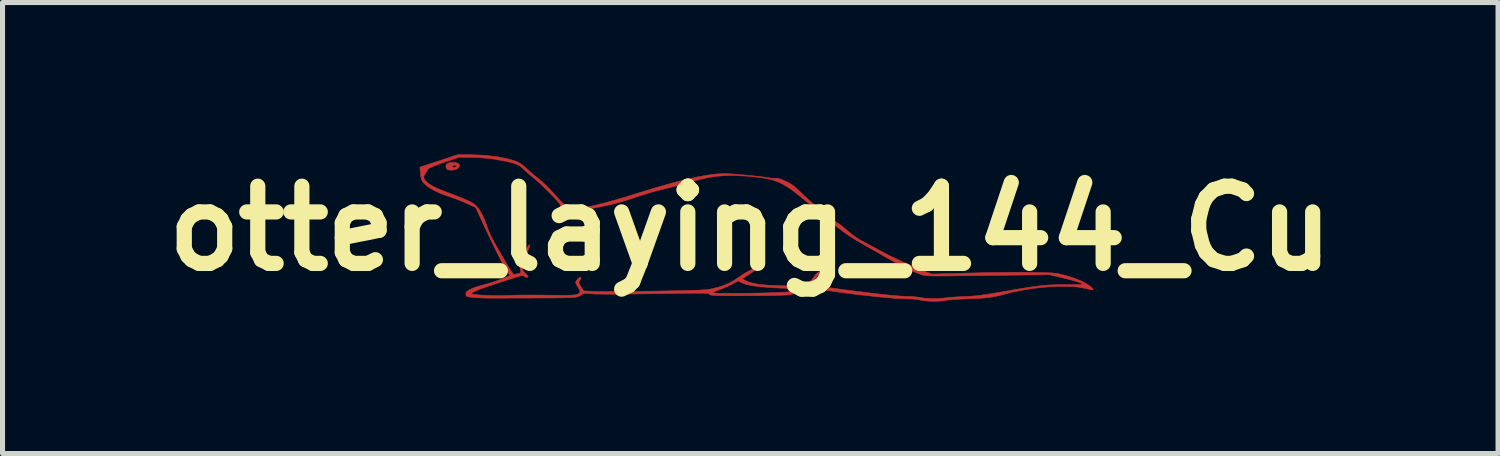
<source format=kicad_pcb>
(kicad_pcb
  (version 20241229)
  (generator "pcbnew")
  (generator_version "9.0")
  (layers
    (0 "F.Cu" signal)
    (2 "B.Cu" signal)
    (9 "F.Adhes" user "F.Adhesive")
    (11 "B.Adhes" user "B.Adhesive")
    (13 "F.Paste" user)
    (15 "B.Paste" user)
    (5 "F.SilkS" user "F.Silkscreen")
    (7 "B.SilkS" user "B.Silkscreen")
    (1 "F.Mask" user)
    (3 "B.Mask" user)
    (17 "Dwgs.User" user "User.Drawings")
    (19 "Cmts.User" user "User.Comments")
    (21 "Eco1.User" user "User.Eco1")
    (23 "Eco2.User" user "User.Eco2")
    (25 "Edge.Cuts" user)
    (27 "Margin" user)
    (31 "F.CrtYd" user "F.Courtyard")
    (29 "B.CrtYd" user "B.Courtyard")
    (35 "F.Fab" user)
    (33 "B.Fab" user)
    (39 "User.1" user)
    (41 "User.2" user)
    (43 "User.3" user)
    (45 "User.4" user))
  (footprint "otter_laying_144_Cu"
    (layer "F.Cu")
    (at 11.764 1.461)
    (property "Reference" "otter_laying_144_Cu" (at 0 0 0) (layer "F.SilkS") (effects (font (size 1.524 1.524) (thickness 0.3))))
    (attr through_hole)
    (fp_poly (pts (xy -5.794 -1.296) (xy -5.753 -1.275) (xy -5.741 -1.243) (xy -5.759 -1.202) (xy -5.774 -1.185) (xy -5.813 -1.164) (xy -5.868 -1.153) (xy -5.926 -1.151) (xy -5.974 -1.161) (xy -5.991 -1.172) (xy -6.01 -1.21) (xy -6.008 -1.228) (xy -5.882 -1.228) (xy -5.879 -1.207) (xy -5.852 -1.203) (xy -5.818 -1.213) (xy -5.8 -1.228) (xy -5.801 -1.238) (xy -5.826 -1.252) (xy -5.859 -1.248) (xy -5.882 -1.228) (xy -5.882 -1.228) (xy -6.008 -1.228) (xy -6.006 -1.253) (xy -5.981 -1.285) (xy -5.979 -1.286) (xy -5.942 -1.297) (xy -5.889 -1.303) (xy -5.863 -1.304) (xy -5.794 -1.296)) (stroke (width 0.01) (type solid)) (fill yes) (layer "F.Cu"))
    (fp_poly (pts (xy -5.518 -1.456) (xy -5.233 -1.445) (xy -4.971 -1.413) (xy -4.773 -1.371) (xy -4.673 -1.343) (xy -4.594 -1.312) (xy -4.527 -1.274) (xy -4.46 -1.221) (xy -4.399 -1.166) (xy -4.331 -1.104) (xy -4.255 -1.04) (xy -4.185 -0.984) (xy -4.175 -0.977) (xy -4.126 -0.936) (xy -4.06 -0.876) (xy -3.987 -0.803) (xy -3.911 -0.724) (xy -3.87 -0.679) (xy -3.799 -0.599) (xy -3.745 -0.541) (xy -3.705 -0.502) (xy -3.674 -0.476) (xy -3.647 -0.461) (xy -3.62 -0.453) (xy -3.601 -0.45) (xy -3.538 -0.435) (xy -3.477 -0.413) (xy -3.467 -0.408) (xy -3.443 -0.397) (xy -3.42 -0.39) (xy -3.393 -0.389) (xy -3.355 -0.393) (xy -3.299 -0.404) (xy -3.221 -0.421) (xy -3.164 -0.435) (xy -3.005 -0.473) (xy -2.848 -0.513) (xy -2.687 -0.557) (xy -2.514 -0.607) (xy -2.324 -0.664) (xy -2.109 -0.731) (xy -2.087 -0.738) (xy -1.803 -0.824) (xy -1.537 -0.899) (xy -1.291 -0.962) (xy -1.067 -1.013) (xy -0.867 -1.05) (xy -0.693 -1.074) (xy -0.547 -1.083) (xy -0.522 -1.084) (xy -0.452 -1.082) (xy -0.355 -1.076) (xy -0.241 -1.067) (xy -0.116 -1.057) (xy 0.011 -1.044) (xy 0.133 -1.031) (xy 0.242 -1.018) (xy 0.33 -1.006) (xy 0.373 -0.999) (xy 0.433 -0.991) (xy 0.487 -0.989) (xy 0.509 -0.991) (xy 0.55 -0.989) (xy 0.615 -0.969) (xy 0.695 -0.934) (xy 0.765 -0.9) (xy 0.825 -0.863) (xy 0.883 -0.819) (xy 0.949 -0.759) (xy 0.991 -0.718) (xy 1.066 -0.646) (xy 1.149 -0.57) (xy 1.228 -0.5) (xy 1.278 -0.458) (xy 1.357 -0.395) (xy 1.445 -0.323) (xy 1.528 -0.255) (xy 1.549 -0.238) (xy 1.612 -0.188) (xy 1.67 -0.144) (xy 1.716 -0.112) (xy 1.734 -0.101) (xy 1.767 -0.08) (xy 1.817 -0.042) (xy 1.877 0.008) (xy 1.93 0.053) (xy 2.016 0.124) (xy 2.106 0.188) (xy 2.188 0.238) (xy 2.202 0.246) (xy 2.282 0.287) (xy 2.371 0.335) (xy 2.453 0.38) (xy 2.459 0.383) (xy 2.73 0.527) (xy 3.034 0.67) (xy 3.274 0.773) (xy 3.58 0.9) (xy 4.317 0.88) (xy 4.496 0.876) (xy 4.685 0.872) (xy 4.877 0.869) (xy 5.064 0.867) (xy 5.24 0.866) (xy 5.396 0.866) (xy 5.527 0.867) (xy 5.537 0.867) (xy 5.678 0.869) (xy 5.79 0.871) (xy 5.879 0.874) (xy 5.95 0.877) (xy 6.007 0.882) (xy 6.057 0.889) (xy 6.104 0.898) (xy 6.154 0.91) (xy 6.212 0.925) (xy 6.22 0.927) (xy 6.313 0.954) (xy 6.409 0.987) (xy 6.493 1.019) (xy 6.543 1.041) (xy 6.617 1.081) (xy 6.682 1.121) (xy 6.733 1.158) (xy 6.764 1.189) (xy 6.772 1.209) (xy 6.77 1.211) (xy 6.75 1.212) (xy 6.705 1.205) (xy 6.644 1.191) (xy 6.61 1.183) (xy 6.485 1.159) (xy 6.333 1.145) (xy 6.161 1.141) (xy 5.973 1.147) (xy 5.776 1.162) (xy 5.574 1.185) (xy 5.375 1.217) (xy 5.182 1.256) (xy 5.046 1.291) (xy 4.951 1.316) (xy 4.868 1.336) (xy 4.79 1.351) (xy 4.71 1.363) (xy 4.621 1.372) (xy 4.515 1.379) (xy 4.386 1.385) (xy 4.31 1.388) (xy 4.192 1.393) (xy 4.083 1.399) (xy 3.987 1.406) (xy 3.911 1.412) (xy 3.86 1.418) (xy 3.844 1.421) (xy 3.789 1.431) (xy 3.711 1.437) (xy 3.62 1.438) (xy 3.527 1.435) (xy 3.441 1.429) (xy 3.373 1.418) (xy 3.353 1.413) (xy 3.29 1.4) (xy 3.197 1.392) (xy 3.077 1.389) (xy 3.056 1.389) (xy 2.976 1.386) (xy 2.869 1.38) (xy 2.741 1.369) (xy 2.596 1.356) (xy 2.438 1.34) (xy 2.272 1.321) (xy 2.103 1.302) (xy 1.936 1.281) (xy 1.774 1.26) (xy 1.624 1.239) (xy 1.488 1.219) (xy 1.373 1.2) (xy 1.282 1.183) (xy 1.221 1.169) (xy 1.189 1.163) (xy 1.158 1.165) (xy 1.118 1.177) (xy 1.061 1.203) (xy 1.026 1.22) (xy 0.949 1.254) (xy 0.869 1.284) (xy 0.8 1.304) (xy 0.787 1.306) (xy 0.741 1.312) (xy 0.662 1.316) (xy 0.553 1.32) (xy 0.415 1.323) (xy 0.249 1.326) (xy 0.058 1.327) (xy -0.045 1.327) (xy -0.223 1.328) (xy -0.37 1.328) (xy -0.489 1.327) (xy -0.584 1.326) (xy -0.657 1.325) (xy -0.712 1.322) (xy -0.751 1.319) (xy -0.777 1.314) (xy -0.794 1.309) (xy -0.805 1.302) (xy -0.807 1.301) (xy -0.811 1.296) (xy -0.815 1.292) (xy -0.82 1.288) (xy -0.829 1.285) (xy -0.843 1.283) (xy -0.864 1.281) (xy -0.895 1.279) (xy -0.937 1.278) (xy -0.993 1.278) (xy -1.065 1.278) (xy -1.155 1.278) (xy -1.265 1.28) (xy -1.396 1.281) (xy -1.552 1.283) (xy -1.734 1.286) (xy -1.944 1.289) (xy -2.184 1.292) (xy -2.379 1.295) (xy -2.532 1.297) (xy -2.679 1.298) (xy -2.816 1.297) (xy -2.936 1.296) (xy -3.037 1.295) (xy -3.113 1.292) (xy -3.157 1.289) (xy -3.225 1.281) (xy -3.269 1.28) (xy -3.299 1.286) (xy -3.323 1.299) (xy -3.339 1.312) (xy -3.391 1.342) (xy -3.458 1.361) (xy -3.466 1.362) (xy -3.501 1.364) (xy -3.565 1.367) (xy -3.655 1.369) (xy -3.767 1.37) (xy -3.895 1.372) (xy -4.036 1.373) (xy -4.186 1.373) (xy -4.225 1.373) (xy -4.382 1.374) (xy -4.536 1.374) (xy -4.682 1.374) (xy -4.814 1.375) (xy -4.929 1.375) (xy -5.02 1.375) (xy -5.083 1.376) (xy -5.088 1.376) (xy -5.188 1.375) (xy -5.298 1.372) (xy -5.4 1.367) (xy -5.439 1.364) (xy -5.518 1.357) (xy -5.568 1.35) (xy -5.597 1.34) (xy -5.611 1.327) (xy -5.613 1.322) (xy -5.617 1.284) (xy -5.601 1.25) (xy -5.562 1.217) (xy -5.498 1.186) (xy -5.407 1.153) (xy -5.285 1.118) (xy -5.247 1.108) (xy -5.148 1.08) (xy -5.046 1.048) (xy -4.952 1.015) (xy -4.888 0.99) (xy -4.744 0.928) (xy -4.8 0.849) (xy -4.831 0.801) (xy -4.874 0.724) (xy -4.928 0.621) (xy -4.992 0.494) (xy -5.064 0.347) (xy -5.144 0.181) (xy -5.23 -0.001) (xy -5.282 -0.11) (xy -5.423 -0.415) (xy -5.595 -0.494) (xy -5.686 -0.533) (xy -5.793 -0.576) (xy -5.902 -0.615) (xy -5.965 -0.636) (xy -6.088 -0.68) (xy -6.205 -0.731) (xy -6.308 -0.787) (xy -6.393 -0.845) (xy -6.453 -0.9) (xy -6.474 -0.928) (xy -6.496 -0.985) (xy -6.501 -1.008) (xy -6.449 -1.008) (xy -6.434 -0.973) (xy -6.411 -0.94) (xy -6.368 -0.898) (xy -6.304 -0.854) (xy -6.214 -0.807) (xy -6.096 -0.756) (xy -5.948 -0.699) (xy -5.94 -0.696) (xy -5.793 -0.641) (xy -5.675 -0.594) (xy -5.581 -0.553) (xy -5.508 -0.516) (xy -5.453 -0.482) (xy -5.412 -0.447) (xy -5.38 -0.411) (xy -5.378 -0.408) (xy -5.343 -0.358) (xy -5.314 -0.311) (xy -5.287 -0.259) (xy -5.259 -0.196) (xy -5.226 -0.113) (xy -5.199 -0.041) (xy -5.177 0.017) (xy -5.157 0.067) (xy -5.137 0.114) (xy -5.115 0.161) (xy -5.087 0.215) (xy -5.053 0.278) (xy -5.009 0.356) (xy -4.954 0.452) (xy -4.885 0.571) (xy -4.855 0.623) (xy -4.793 0.729) (xy -4.744 0.809) (xy -4.707 0.863) (xy -4.681 0.895) (xy -4.663 0.908) (xy -4.658 0.908) (xy -4.623 0.899) (xy -4.576 0.889) (xy -4.575 0.889) (xy -4.536 0.876) (xy -4.527 0.857) (xy -4.529 0.852) (xy -4.548 0.779) (xy -4.546 0.709) (xy -4.538 0.675) (xy -4.52 0.618) (xy -4.493 0.552) (xy -4.461 0.482) (xy -4.429 0.418) (xy -4.398 0.365) (xy -4.374 0.331) (xy -4.361 0.322) (xy -4.355 0.333) (xy -4.363 0.367) (xy -4.386 0.428) (xy -4.415 0.495) (xy -4.448 0.574) (xy -4.476 0.65) (xy -4.494 0.713) (xy -4.5 0.745) (xy -4.502 0.794) (xy -4.492 0.828) (xy -4.464 0.862) (xy -4.446 0.88) (xy -4.411 0.916) (xy -4.389 0.943) (xy -4.386 0.952) (xy -4.399 0.964) (xy -4.427 0.963) (xy -4.458 0.951) (xy -4.469 0.941) (xy -4.483 0.932) (xy -4.505 0.93) (xy -4.543 0.938) (xy -4.603 0.955) (xy -4.662 0.974) (xy -4.749 1.002) (xy -4.854 1.036) (xy -4.964 1.072) (xy -5.055 1.101) (xy -5.179 1.142) (xy -5.288 1.181) (xy -5.379 1.216) (xy -5.449 1.246) (xy -5.493 1.269) (xy -5.51 1.284) (xy -5.509 1.287) (xy -5.482 1.297) (xy -5.427 1.305) (xy -5.349 1.313) (xy -5.255 1.319) (xy -5.149 1.323) (xy -5.038 1.326) (xy -4.926 1.326) (xy -4.821 1.324) (xy -4.767 1.322) (xy -4.673 1.318) (xy -4.554 1.315) (xy -4.418 1.314) (xy -4.273 1.314) (xy -4.126 1.315) (xy -4.022 1.316) (xy -3.847 1.32) (xy -3.703 1.321) (xy -3.589 1.319) (xy -3.501 1.314) (xy -3.436 1.306) (xy -3.394 1.292) (xy -3.37 1.274) (xy -3.366 1.261) (xy -0.73 1.261) (xy -0.721 1.268) (xy -0.703 1.273) (xy -0.667 1.277) (xy -0.603 1.28) (xy -0.513 1.282) (xy -0.404 1.282) (xy -0.279 1.282) (xy -0.144 1.281) (xy -0.002 1.279) (xy 0.141 1.276) (xy 0.282 1.273) (xy 0.415 1.269) (xy 0.535 1.265) (xy 0.639 1.26) (xy 0.722 1.255) (xy 0.778 1.25) (xy 0.796 1.247) (xy 0.864 1.23) (xy 0.928 1.211) (xy 0.965 1.197) (xy 0.993 1.184) (xy 1.001 1.177) (xy 0.987 1.174) (xy 0.947 1.176) (xy 0.887 1.18) (xy 0.809 1.183) (xy 0.705 1.181) (xy 0.585 1.177) (xy 0.455 1.17) (xy 0.325 1.161) (xy 0.202 1.15) (xy 0.095 1.138) (xy 0.012 1.126) (xy 0 1.123) (xy -0.07 1.107) (xy -0.135 1.086) (xy -0.181 1.067) (xy -0.182 1.066) (xy -0.237 1.034) (xy -0.36 1.1) (xy -0.44 1.139) (xy -0.533 1.18) (xy -0.618 1.213) (xy -0.618 1.213) (xy -0.682 1.236) (xy -0.719 1.251) (xy -0.73 1.261) (xy -3.366 1.261) (xy -3.363 1.25) (xy -3.37 1.219) (xy -3.389 1.181) (xy -3.406 1.153) (xy -3.435 1.105) (xy -3.448 1.074) (xy -3.446 1.052) (xy -3.432 1.026) (xy -3.43 1.024) (xy -3.397 0.985) (xy -3.364 0.967) (xy -3.341 0.971) (xy -3.343 0.99) (xy -3.359 1.013) (xy -3.379 1.041) (xy -3.384 1.068) (xy -3.371 1.103) (xy -3.34 1.157) (xy -3.294 1.232) (xy -3.099 1.242) (xy -3.046 1.244) (xy -2.962 1.245) (xy -2.853 1.246) (xy -2.721 1.245) (xy -2.57 1.245) (xy -2.404 1.243) (xy -2.227 1.242) (xy -2.042 1.239) (xy -1.905 1.237) (xy -1.684 1.234) (xy -1.494 1.23) (xy -1.333 1.227) (xy -1.198 1.223) (xy -1.086 1.22) (xy -0.995 1.216) (xy -0.922 1.211) (xy -0.864 1.207) (xy -0.818 1.201) (xy -0.783 1.195) (xy -0.779 1.195) (xy -0.636 1.161) (xy -0.517 1.122) (xy -0.409 1.075) (xy -0.303 1.014) (xy -0.2 0.944) (xy -0.115 0.887) (xy -0.033 0.84) (xy 0.041 0.805) (xy 0.099 0.785) (xy 0.132 0.782) (xy 0.132 0.793) (xy 0.105 0.818) (xy 0.052 0.856) (xy 0.004 0.887) (xy -0.059 0.928) (xy -0.11 0.961) (xy -0.143 0.984) (xy -0.152 0.992) (xy -0.139 1.003) (xy -0.104 1.023) (xy -0.083 1.034) (xy -0.013 1.063) (xy 0.074 1.086) (xy 0.182 1.104) (xy 0.315 1.117) (xy 0.476 1.126) (xy 0.551 1.129) (xy 0.726 1.132) (xy 0.87 1.127) (xy 0.988 1.114) (xy 1.081 1.093) (xy 1.154 1.061) (xy 1.21 1.019) (xy 1.252 0.966) (xy 1.261 0.949) (xy 1.287 0.913) (xy 1.322 0.88) (xy 1.356 0.857) (xy 1.381 0.852) (xy 1.385 0.854) (xy 1.38 0.871) (xy 1.357 0.902) (xy 1.341 0.92) (xy 1.308 0.958) (xy 1.289 0.988) (xy 1.287 0.997) (xy 1.275 1.02) (xy 1.246 1.054) (xy 1.232 1.068) (xy 1.201 1.098) (xy 1.186 1.115) (xy 1.186 1.118) (xy 1.205 1.12) (xy 1.251 1.126) (xy 1.319 1.135) (xy 1.401 1.147) (xy 1.436 1.152) (xy 1.696 1.188) (xy 1.941 1.22) (xy 2.169 1.25) (xy 2.377 1.275) (xy 2.564 1.297) (xy 2.726 1.314) (xy 2.863 1.327) (xy 2.97 1.335) (xy 3.047 1.338) (xy 3.048 1.338) (xy 3.138 1.341) (xy 3.228 1.347) (xy 3.305 1.355) (xy 3.344 1.362) (xy 3.442 1.377) (xy 3.56 1.385) (xy 3.682 1.385) (xy 3.796 1.377) (xy 3.835 1.372) (xy 3.888 1.365) (xy 3.966 1.359) (xy 4.06 1.352) (xy 4.162 1.347) (xy 4.216 1.345) (xy 4.317 1.34) (xy 4.413 1.333) (xy 4.511 1.323) (xy 4.619 1.308) (xy 4.744 1.29) (xy 4.891 1.265) (xy 4.961 1.253) (xy 5.156 1.219) (xy 5.322 1.191) (xy 5.463 1.168) (xy 5.585 1.15) (xy 5.692 1.136) (xy 5.788 1.125) (xy 5.878 1.118) (xy 5.967 1.113) (xy 6.059 1.111) (xy 6.158 1.109) (xy 6.219 1.109) (xy 6.324 1.109) (xy 6.416 1.108) (xy 6.491 1.107) (xy 6.544 1.106) (xy 6.569 1.104) (xy 6.57 1.104) (xy 6.554 1.091) (xy 6.51 1.071) (xy 6.442 1.048) (xy 6.355 1.022) (xy 6.253 0.995) (xy 6.162 0.973) (xy 5.901 0.913) (xy 4.868 0.926) (xy 4.619 0.929) (xy 4.401 0.932) (xy 4.212 0.934) (xy 4.051 0.936) (xy 3.914 0.937) (xy 3.799 0.938) (xy 3.705 0.938) (xy 3.628 0.938) (xy 3.566 0.937) (xy 3.518 0.935) (xy 3.481 0.933) (xy 3.452 0.93) (xy 3.43 0.926) (xy 3.411 0.922) (xy 3.394 0.917) (xy 3.377 0.911) (xy 3.37 0.909) (xy 3.266 0.869) (xy 3.138 0.812) (xy 2.992 0.74) (xy 2.832 0.655) (xy 2.709 0.586) (xy 2.606 0.527) (xy 2.493 0.462) (xy 2.382 0.399) (xy 2.285 0.344) (xy 2.261 0.331) (xy 2.14 0.261) (xy 2.032 0.196) (xy 1.932 0.131) (xy 1.833 0.061) (xy 1.731 -0.016) (xy 1.62 -0.105) (xy 1.494 -0.209) (xy 1.369 -0.316) (xy 1.297 -0.377) (xy 1.208 -0.451) (xy 1.111 -0.531) (xy 1.015 -0.609) (xy 0.971 -0.644) (xy 0.85 -0.739) (xy 0.741 -0.815) (xy 0.639 -0.876) (xy 0.537 -0.924) (xy 0.43 -0.961) (xy 0.312 -0.988) (xy 0.175 -1.009) (xy 0.015 -1.026) (xy -0.102 -1.035) (xy -0.313 -1.045) (xy -0.502 -1.044) (xy -0.679 -1.029) (xy -0.855 -1) (xy -1.04 -0.956) (xy -1.164 -0.92) (xy -1.249 -0.896) (xy -1.356 -0.867) (xy -1.476 -0.836) (xy -1.597 -0.806) (xy -1.676 -0.787) (xy -1.798 -0.756) (xy -1.93 -0.721) (xy -2.06 -0.683) (xy -2.177 -0.646) (xy -2.234 -0.627) (xy -2.341 -0.59) (xy -2.459 -0.553) (xy -2.572 -0.519) (xy -2.669 -0.492) (xy -2.68 -0.489) (xy -2.771 -0.467) (xy -2.878 -0.444) (xy -2.992 -0.42) (xy -3.109 -0.398) (xy -3.221 -0.377) (xy -3.323 -0.36) (xy -3.408 -0.347) (xy -3.469 -0.34) (xy -3.489 -0.339) (xy -3.552 -0.344) (xy -3.615 -0.358) (xy -3.673 -0.378) (xy -3.72 -0.401) (xy -3.749 -0.424) (xy -3.755 -0.446) (xy -3.746 -0.455) (xy -3.751 -0.47) (xy -3.777 -0.504) (xy -3.82 -0.554) (xy -3.877 -0.614) (xy -3.942 -0.683) (xy -4.013 -0.754) (xy -4.086 -0.826) (xy -4.157 -0.893) (xy -4.221 -0.951) (xy -4.276 -0.998) (xy -4.284 -1.004) (xy -4.349 -1.058) (xy -4.419 -1.119) (xy -4.462 -1.159) (xy -4.515 -1.207) (xy -4.565 -1.242) (xy -4.621 -1.27) (xy -4.691 -1.294) (xy -4.786 -1.318) (xy -4.797 -1.321) (xy -5.113 -1.379) (xy -5.431 -1.404) (xy -5.518 -1.405) (xy -5.754 -1.405) (xy -6.048 -1.305) (xy -6.153 -1.268) (xy -6.241 -1.234) (xy -6.307 -1.206) (xy -6.348 -1.185) (xy -6.358 -1.176) (xy -6.379 -1.143) (xy -6.407 -1.099) (xy -6.413 -1.089) (xy -6.442 -1.042) (xy -6.449 -1.008) (xy -6.501 -1.008) (xy -6.512 -1.062) (xy -6.515 -1.098) (xy -6.523 -1.211) (xy -6.15 -1.333) (xy -5.778 -1.456) (xy -5.518 -1.456)) (stroke (width 0.01) (type solid)) (fill yes) (layer "F.Cu")))
  (gr_rect
    (start -3 -3)
    (end 26.528 5.904)
    (stroke (width 0.1) (type default))
    (fill no)
    (layer "Edge.Cuts")))
</source>
